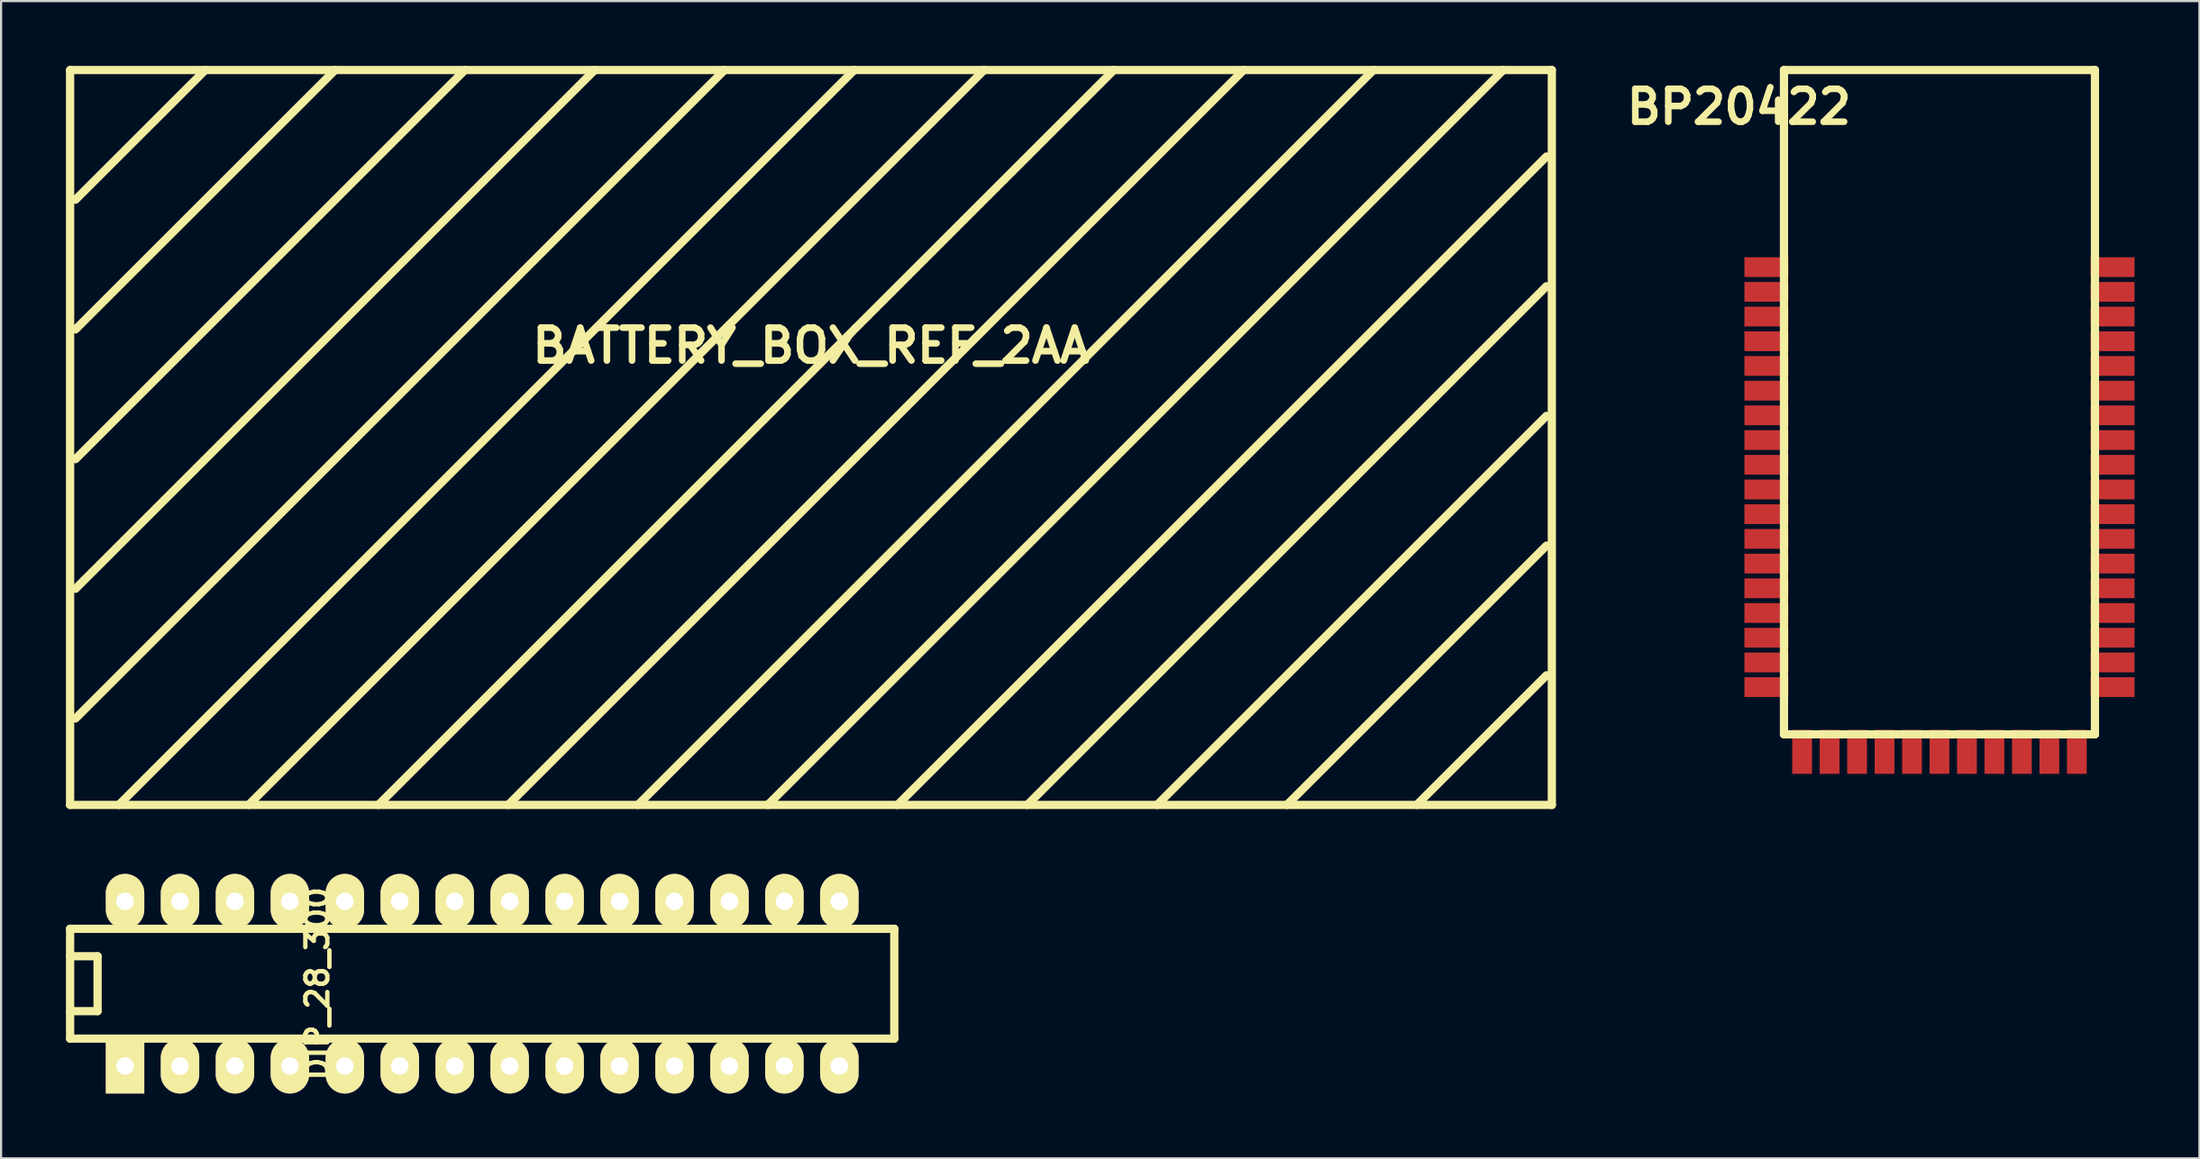
<source format=kicad_pcb>
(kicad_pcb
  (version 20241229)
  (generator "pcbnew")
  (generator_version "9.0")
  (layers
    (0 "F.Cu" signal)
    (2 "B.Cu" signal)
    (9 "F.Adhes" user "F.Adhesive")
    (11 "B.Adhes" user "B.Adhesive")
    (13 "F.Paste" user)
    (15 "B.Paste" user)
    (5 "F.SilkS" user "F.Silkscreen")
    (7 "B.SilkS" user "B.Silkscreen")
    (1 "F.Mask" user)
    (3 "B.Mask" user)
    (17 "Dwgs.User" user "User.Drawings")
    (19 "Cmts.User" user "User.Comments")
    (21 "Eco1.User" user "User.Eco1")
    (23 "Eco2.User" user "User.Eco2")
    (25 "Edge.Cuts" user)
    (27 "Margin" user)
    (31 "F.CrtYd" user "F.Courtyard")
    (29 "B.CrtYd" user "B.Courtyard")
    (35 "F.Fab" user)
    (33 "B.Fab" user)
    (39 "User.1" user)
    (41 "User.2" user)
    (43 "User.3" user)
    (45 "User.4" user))
  (footprint "DIP_28_300"
    (layer "F.Cu")
    (at 19.241 42.461)
    (property "Reference" "DIP_28_300" (at -7.62 0 90) (layer "F.SilkS") (effects (font (size 1.016 1.016) (thickness 0.203))))
    (attr through_hole)
    (fp_line (start -19.05 -2.54) (end 19.05 -2.54) (stroke (width 0.381) (type solid)) (layer "F.SilkS"))
    (fp_line (start -19.05 -1.27) (end -17.78 -1.27) (stroke (width 0.381) (type solid)) (layer "F.SilkS"))
    (fp_line (start -19.05 2.54) (end -19.05 -2.54) (stroke (width 0.381) (type solid)) (layer "F.SilkS"))
    (fp_line (start -17.78 -1.27) (end -17.78 1.27) (stroke (width 0.381) (type solid)) (layer "F.SilkS"))
    (fp_line (start -17.78 1.27) (end -19.05 1.27) (stroke (width 0.381) (type solid)) (layer "F.SilkS"))
    (fp_line (start 19.05 -2.54) (end 19.05 2.54) (stroke (width 0.381) (type solid)) (layer "F.SilkS"))
    (fp_line (start 19.05 2.54) (end -19.05 2.54) (stroke (width 0.381) (type solid)) (layer "F.SilkS"))
    (pad "1" thru_hole rect (at -16.51 3.81) (size 1.778 2.54) (drill 0.813) (layers "*.Cu" "*.Mask" "F.SilkS"))
    (pad "2" thru_hole oval (at -13.97 3.81) (size 1.778 2.54) (drill 0.813) (layers "*.Cu" "*.Mask" "F.SilkS"))
    (pad "3" thru_hole oval (at -11.43 3.81) (size 1.778 2.54) (drill 0.813) (layers "*.Cu" "*.Mask" "F.SilkS"))
    (pad "4" thru_hole oval (at -8.89 3.81) (size 1.778 2.54) (drill 0.813) (layers "*.Cu" "*.Mask" "F.SilkS"))
    (pad "5" thru_hole oval (at -6.35 3.81) (size 1.778 2.54) (drill 0.813) (layers "*.Cu" "*.Mask" "F.SilkS"))
    (pad "6" thru_hole oval (at -3.81 3.81) (size 1.778 2.54) (drill 0.813) (layers "*.Cu" "*.Mask" "F.SilkS"))
    (pad "7" thru_hole oval (at -1.27 3.81) (size 1.778 2.54) (drill 0.813) (layers "*.Cu" "*.Mask" "F.SilkS"))
    (pad "8" thru_hole oval (at 1.27 3.81) (size 1.778 2.54) (drill 0.813) (layers "*.Cu" "*.Mask" "F.SilkS"))
    (pad "9" thru_hole oval (at 3.81 3.81) (size 1.778 2.54) (drill 0.813) (layers "*.Cu" "*.Mask" "F.SilkS"))
    (pad "10" thru_hole oval (at 6.35 3.81) (size 1.778 2.54) (drill 0.813) (layers "*.Cu" "*.Mask" "F.SilkS"))
    (pad "11" thru_hole oval (at 8.89 3.81) (size 1.778 2.54) (drill 0.813) (layers "*.Cu" "*.Mask" "F.SilkS"))
    (pad "12" thru_hole oval (at 11.43 3.81) (size 1.778 2.54) (drill 0.813) (layers "*.Cu" "*.Mask" "F.SilkS"))
    (pad "13" thru_hole oval (at 13.97 3.81) (size 1.778 2.54) (drill 0.813) (layers "*.Cu" "*.Mask" "F.SilkS"))
    (pad "14" thru_hole oval (at 16.51 3.81) (size 1.778 2.54) (drill 0.813) (layers "*.Cu" "*.Mask" "F.SilkS"))
    (pad "15" thru_hole oval (at 16.51 -3.81) (size 1.778 2.54) (drill 0.813) (layers "*.Cu" "*.Mask" "F.SilkS"))
    (pad "16" thru_hole oval (at 13.97 -3.81) (size 1.778 2.54) (drill 0.813) (layers "*.Cu" "*.Mask" "F.SilkS"))
    (pad "17" thru_hole oval (at 11.43 -3.81) (size 1.778 2.54) (drill 0.813) (layers "*.Cu" "*.Mask" "F.SilkS"))
    (pad "18" thru_hole oval (at 8.89 -3.81) (size 1.778 2.54) (drill 0.813) (layers "*.Cu" "*.Mask" "F.SilkS"))
    (pad "19" thru_hole oval (at 6.35 -3.81) (size 1.778 2.54) (drill 0.813) (layers "*.Cu" "*.Mask" "F.SilkS"))
    (pad "20" thru_hole oval (at 3.81 -3.81) (size 1.778 2.54) (drill 0.813) (layers "*.Cu" "*.Mask" "F.SilkS"))
    (pad "21" thru_hole oval (at 1.27 -3.81) (size 1.778 2.54) (drill 0.813) (layers "*.Cu" "*.Mask" "F.SilkS"))
    (pad "22" thru_hole oval (at -1.27 -3.81) (size 1.778 2.54) (drill 0.813) (layers "*.Cu" "*.Mask" "F.SilkS"))
    (pad "23" thru_hole oval (at -3.81 -3.81) (size 1.778 2.54) (drill 0.813) (layers "*.Cu" "*.Mask" "F.SilkS"))
    (pad "24" thru_hole oval (at -6.35 -3.81) (size 1.778 2.54) (drill 0.813) (layers "*.Cu" "*.Mask" "F.SilkS"))
    (pad "25" thru_hole oval (at -8.89 -3.81) (size 1.778 2.54) (drill 0.813) (layers "*.Cu" "*.Mask" "F.SilkS"))
    (pad "26" thru_hole oval (at -11.43 -3.81) (size 1.778 2.54) (drill 0.813) (layers "*.Cu" "*.Mask" "F.SilkS"))
    (pad "27" thru_hole oval (at -13.97 -3.81) (size 1.778 2.54) (drill 0.813) (layers "*.Cu" "*.Mask" "F.SilkS"))
    (pad "28" thru_hole oval (at -16.51 -3.81) (size 1.778 2.54) (drill 0.813) (layers "*.Cu" "*.Mask" "F.SilkS")))
  (footprint "BATTERY_BOX_REF_2AA"
    (layer "F.Cu")
    (at 34.44 17.191)
    (property "Reference" "BATTERY_BOX_REF_2AA" (at 0 -4.249 0) (layer "F.SilkS") (effects (font (size 1.524 1.524) (thickness 0.305))))
    (attr through_hole)
    (fp_line (start -34.249 -17) (end -34.249 17) (stroke (width 0.381) (type solid)) (layer "F.SilkS"))
    (fp_line (start -34.249 17) (end 34.249 17) (stroke (width 0.381) (type solid)) (layer "F.SilkS"))
    (fp_line (start -34 -11.001) (end -28.001 -17) (stroke (width 0.381) (type solid)) (layer "F.SilkS"))
    (fp_line (start -34 -5.001) (end -21.999 -17) (stroke (width 0.381) (type solid)) (layer "F.SilkS"))
    (fp_line (start -34 1.001) (end -15.999 -17) (stroke (width 0.381) (type solid)) (layer "F.SilkS"))
    (fp_line (start -34 7) (end -10 -17) (stroke (width 0.381) (type solid)) (layer "F.SilkS"))
    (fp_line (start -34 13) (end -4 -17) (stroke (width 0.381) (type solid)) (layer "F.SilkS"))
    (fp_line (start 1.999 -17) (end -31.999 17) (stroke (width 0.381) (type solid)) (layer "F.SilkS"))
    (fp_line (start 4 17) (end 34 -13) (stroke (width 0.381) (type solid)) (layer "F.SilkS"))
    (fp_line (start 8.001 -17) (end -25.999 17) (stroke (width 0.381) (type solid)) (layer "F.SilkS"))
    (fp_line (start 10 17) (end 34 -7) (stroke (width 0.381) (type solid)) (layer "F.SilkS"))
    (fp_line (start 14 -17) (end -20 17) (stroke (width 0.381) (type solid)) (layer "F.SilkS"))
    (fp_line (start 15.999 17) (end 34 -1.001) (stroke (width 0.381) (type solid)) (layer "F.SilkS"))
    (fp_line (start 20 -17) (end -14 17) (stroke (width 0.381) (type solid)) (layer "F.SilkS"))
    (fp_line (start 21.999 17) (end 34 5.001) (stroke (width 0.381) (type solid)) (layer "F.SilkS"))
    (fp_line (start 25.999 -17) (end -8.001 17) (stroke (width 0.381) (type solid)) (layer "F.SilkS"))
    (fp_line (start 28.001 17) (end 34 11.001) (stroke (width 0.381) (type solid)) (layer "F.SilkS"))
    (fp_line (start 31.999 -17) (end -1.999 17) (stroke (width 0.381) (type solid)) (layer "F.SilkS"))
    (fp_line (start 34.249 -17) (end -34.249 -17) (stroke (width 0.381) (type solid)) (layer "F.SilkS"))
    (fp_line (start 34.249 17) (end 34.249 -17) (stroke (width 0.381) (type solid)) (layer "F.SilkS")))
  (footprint "BP20422"
    (layer "F.Cu")
    (at 78.607 31.102)
    (property "Reference" "BP20422" (at -1.27 -29.21 0) (layer "F.SilkS") (effects (font (size 1.524 1.524) (thickness 0.305))))
    (attr through_hole)
    (fp_line (start 0.813 -30.912) (end 15.189 -30.912) (stroke (width 0.381) (type solid)) (layer "F.SilkS"))
    (fp_line (start 0.813 -0.178) (end 0.813 -30.912) (stroke (width 0.381) (type solid)) (layer "F.SilkS"))
    (fp_line (start 0.813 -0.178) (end 15.189 -0.178) (stroke (width 0.381) (type solid)) (layer "F.SilkS"))
    (fp_line (start 15.189 -30.912) (end 15.189 -0.178) (stroke (width 0.381) (type solid)) (layer "F.SilkS"))
    (pad "1" smd rect (at 16.002 -21.793) (size 2.032 0.914) (layers "F.Cu" "F.Mask" "F.Paste"))
    (pad "2" smd rect (at 16.002 -20.65) (size 2.032 0.914) (layers "F.Cu" "F.Mask" "F.Paste"))
    (pad "3" smd rect (at 16.002 -19.507) (size 2.032 0.914) (layers "F.Cu" "F.Mask" "F.Paste"))
    (pad "4" smd rect (at 16.002 -18.364) (size 2.032 0.914) (layers "F.Cu" "F.Mask" "F.Paste"))
    (pad "5" smd rect (at 16.002 -17.221) (size 2.032 0.914) (layers "F.Cu" "F.Mask" "F.Paste"))
    (pad "6" smd rect (at 16.002 -16.078) (size 2.032 0.914) (layers "F.Cu" "F.Mask" "F.Paste"))
    (pad "7" smd rect (at 16.002 -14.935) (size 2.032 0.914) (layers "F.Cu" "F.Mask" "F.Paste"))
    (pad "8" smd rect (at 16.002 -13.792) (size 2.032 0.914) (layers "F.Cu" "F.Mask" "F.Paste"))
    (pad "9" smd rect (at 16.002 -12.649) (size 2.032 0.914) (layers "F.Cu" "F.Mask" "F.Paste"))
    (pad "10" smd rect (at 16.002 -11.506) (size 2.032 0.914) (layers "F.Cu" "F.Mask" "F.Paste"))
    (pad "11" smd rect (at 16.002 -10.363) (size 2.032 0.914) (layers "F.Cu" "F.Mask" "F.Paste"))
    (pad "12" smd rect (at 16.002 -9.22) (size 2.032 0.914) (layers "F.Cu" "F.Mask" "F.Paste"))
    (pad "13" smd rect (at 16.002 -8.077) (size 2.032 0.914) (layers "F.Cu" "F.Mask" "F.Paste"))
    (pad "14" smd rect (at 16.002 -6.934) (size 2.032 0.914) (layers "F.Cu" "F.Mask" "F.Paste"))
    (pad "15" smd rect (at 16.002 -5.791) (size 2.032 0.914) (layers "F.Cu" "F.Mask" "F.Paste"))
    (pad "16" smd rect (at 16.002 -4.648) (size 2.032 0.914) (layers "F.Cu" "F.Mask" "F.Paste"))
    (pad "17" smd rect (at 16.002 -3.505) (size 2.032 0.914) (layers "F.Cu" "F.Mask" "F.Paste"))
    (pad "18" smd rect (at 16.002 -2.362) (size 2.032 0.914) (layers "F.Cu" "F.Mask" "F.Paste"))
    (pad "19" smd rect (at 14.351 0.635) (size 0.914 2.032) (layers "F.Cu" "F.Mask" "F.Paste"))
    (pad "20" smd rect (at 13.081 0.635) (size 0.914 2.032) (layers "F.Cu" "F.Mask" "F.Paste"))
    (pad "21" smd rect (at 11.811 0.635) (size 0.914 2.032) (layers "F.Cu" "F.Mask" "F.Paste"))
    (pad "22" smd rect (at 10.541 0.635) (size 0.914 2.032) (layers "F.Cu" "F.Mask" "F.Paste"))
    (pad "23" smd rect (at 9.271 0.635) (size 0.914 2.032) (layers "F.Cu" "F.Mask" "F.Paste"))
    (pad "24" smd rect (at 8.001 0.635) (size 0.914 2.032) (layers "F.Cu" "F.Mask" "F.Paste"))
    (pad "25" smd rect (at 6.731 0.635) (size 0.914 2.032) (layers "F.Cu" "F.Mask" "F.Paste"))
    (pad "26" smd rect (at 5.461 0.635) (size 0.914 2.032) (layers "F.Cu" "F.Mask" "F.Paste"))
    (pad "27" smd rect (at 4.191 0.635) (size 0.914 2.032) (layers "F.Cu" "F.Mask" "F.Paste"))
    (pad "28" smd rect (at 2.921 0.635) (size 0.914 2.032) (layers "F.Cu" "F.Mask" "F.Paste"))
    (pad "29" smd rect (at 1.651 0.635) (size 0.914 2.032) (layers "F.Cu" "F.Mask" "F.Paste"))
    (pad "30" smd rect (at 0 -2.362) (size 2.032 0.914) (layers "F.Cu" "F.Mask" "F.Paste"))
    (pad "31" smd rect (at 0 -3.505) (size 2.032 0.914) (layers "F.Cu" "F.Mask" "F.Paste"))
    (pad "32" smd rect (at 0 -4.648) (size 2.032 0.914) (layers "F.Cu" "F.Mask" "F.Paste"))
    (pad "33" smd rect (at 0 -5.791) (size 2.032 0.914) (layers "F.Cu" "F.Mask" "F.Paste"))
    (pad "34" smd rect (at 0 -6.934) (size 2.032 0.914) (layers "F.Cu" "F.Mask" "F.Paste"))
    (pad "35" smd rect (at 0 -8.077) (size 2.032 0.914) (layers "F.Cu" "F.Mask" "F.Paste"))
    (pad "36" smd rect (at 0 -9.22) (size 2.032 0.914) (layers "F.Cu" "F.Mask" "F.Paste"))
    (pad "37" smd rect (at 0 -10.363) (size 2.032 0.914) (layers "F.Cu" "F.Mask" "F.Paste"))
    (pad "38" smd rect (at 0 -11.506) (size 2.032 0.914) (layers "F.Cu" "F.Mask" "F.Paste"))
    (pad "39" smd rect (at 0 -12.649) (size 2.032 0.914) (layers "F.Cu" "F.Mask" "F.Paste"))
    (pad "40" smd rect (at 0 -13.792) (size 2.032 0.914) (layers "F.Cu" "F.Mask" "F.Paste"))
    (pad "41" smd rect (at 0 -14.935) (size 2.032 0.914) (layers "F.Cu" "F.Mask" "F.Paste"))
    (pad "42" smd rect (at 0 -16.078) (size 2.032 0.914) (layers "F.Cu" "F.Mask" "F.Paste"))
    (pad "43" smd rect (at 0 -17.221) (size 2.032 0.914) (layers "F.Cu" "F.Mask" "F.Paste"))
    (pad "44" smd rect (at 0 -18.364) (size 2.032 0.914) (layers "F.Cu" "F.Mask" "F.Paste"))
    (pad "45" smd rect (at 0 -19.507) (size 2.032 0.914) (layers "F.Cu" "F.Mask" "F.Paste"))
    (pad "46" smd rect (at 0 -20.65) (size 2.032 0.914) (layers "F.Cu" "F.Mask" "F.Paste"))
    (pad "47" smd rect (at 0 -21.793) (size 2.032 0.914) (layers "F.Cu" "F.Mask" "F.Paste")))
  (gr_rect
    (start -3 -3)
    (end 98.625 50.541)
    (stroke (width 0.1) (type default))
    (fill no)
    (layer "Edge.Cuts")))
</source>
